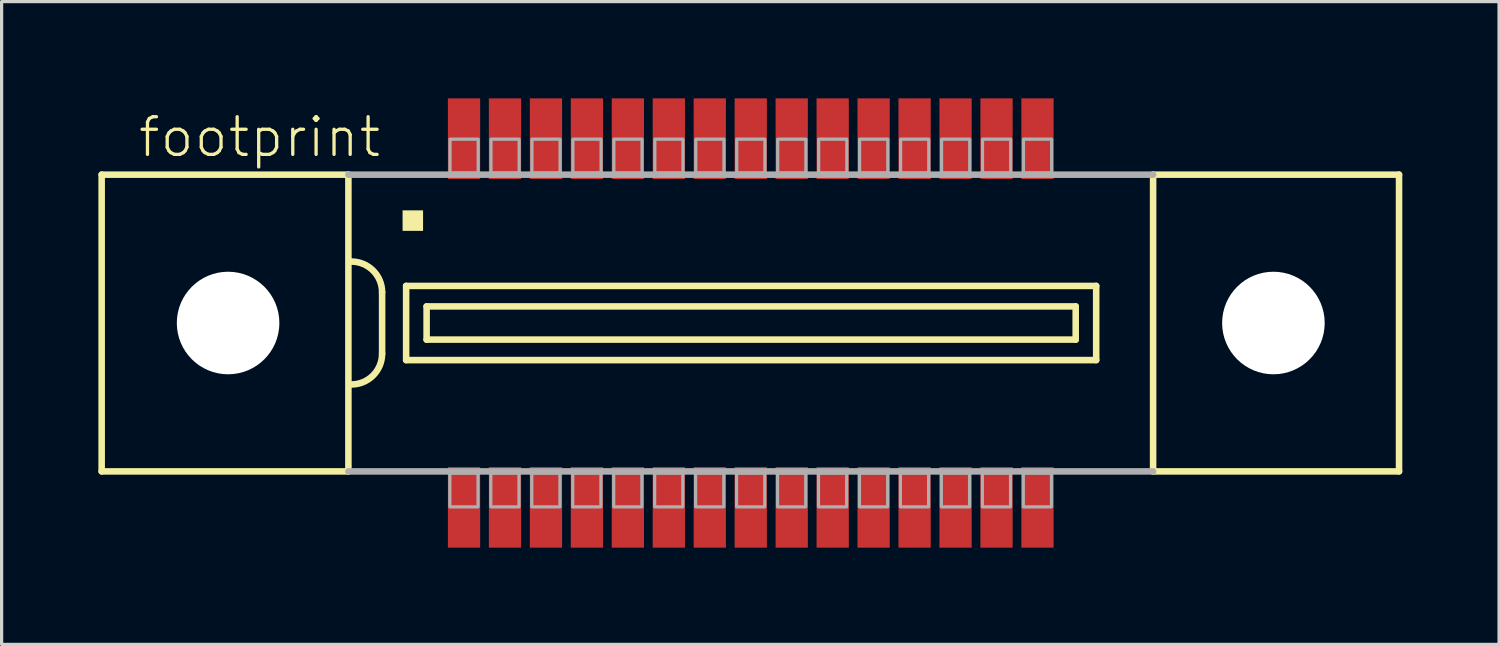
<source format=kicad_pcb>
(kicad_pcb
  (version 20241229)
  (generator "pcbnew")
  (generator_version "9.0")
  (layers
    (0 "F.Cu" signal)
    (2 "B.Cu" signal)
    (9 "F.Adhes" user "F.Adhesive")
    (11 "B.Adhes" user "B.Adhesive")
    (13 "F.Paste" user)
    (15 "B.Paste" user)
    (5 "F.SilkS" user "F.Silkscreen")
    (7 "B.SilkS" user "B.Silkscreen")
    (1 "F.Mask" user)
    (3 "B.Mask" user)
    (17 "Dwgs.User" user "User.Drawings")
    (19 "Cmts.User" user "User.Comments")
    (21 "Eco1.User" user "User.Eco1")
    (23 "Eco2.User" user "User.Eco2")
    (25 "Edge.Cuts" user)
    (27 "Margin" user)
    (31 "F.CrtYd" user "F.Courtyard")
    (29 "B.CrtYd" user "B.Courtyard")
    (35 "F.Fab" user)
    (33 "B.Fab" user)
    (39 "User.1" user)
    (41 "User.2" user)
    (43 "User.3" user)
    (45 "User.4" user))
  (footprint "footprint"
    (layer "F.Cu")
    (at 20.227 6.965)
    (property "Reference" "footprint" (at -19.05 -5.08 0) (layer "F.SilkS") (effects (font (size 1.168 1.168) (thickness 0.102)) (justify left bottom)))
    (fp_line (start -20.125 -4.6) (end -20.125 4.6) (stroke (width 0.203) (type solid)) (layer "F.SilkS"))
    (fp_line (start -20.125 4.6) (end -12.475 4.6) (stroke (width 0.203) (type solid)) (layer "F.SilkS"))
    (fp_line (start -12.475 -4.6) (end -20.125 -4.6) (stroke (width 0.203) (type solid)) (layer "F.SilkS"))
    (fp_line (start -12.475 -4.6) (end -12.475 4.6) (stroke (width 0.203) (type solid)) (layer "F.SilkS"))
    (fp_line (start -11.43 -0.953) (end -11.43 0.953) (stroke (width 0.203) (type solid)) (layer "F.SilkS"))
    (fp_line (start -10.685 -1.15) (end -10.685 1.15) (stroke (width 0.203) (type solid)) (layer "F.SilkS"))
    (fp_line (start -10.685 1.15) (end 10.71 1.15) (stroke (width 0.203) (type solid)) (layer "F.SilkS"))
    (fp_line (start -10.05 -0.515) (end -10.05 0.515) (stroke (width 0.203) (type solid)) (layer "F.SilkS"))
    (fp_line (start -10.05 0.515) (end 10.075 0.515) (stroke (width 0.203) (type solid)) (layer "F.SilkS"))
    (fp_line (start 10.075 -0.515) (end -10.05 -0.515) (stroke (width 0.203) (type solid)) (layer "F.SilkS"))
    (fp_line (start 10.075 0.515) (end 10.075 -0.515) (stroke (width 0.203) (type solid)) (layer "F.SilkS"))
    (fp_line (start 10.71 -1.15) (end -10.685 -1.15) (stroke (width 0.203) (type solid)) (layer "F.SilkS"))
    (fp_line (start 10.71 1.15) (end 10.71 -1.15) (stroke (width 0.203) (type solid)) (layer "F.SilkS"))
    (fp_line (start 12.475 4.6) (end 12.475 -4.6) (stroke (width 0.203) (type solid)) (layer "F.SilkS"))
    (fp_line (start 12.475 4.6) (end 20.1 4.6) (stroke (width 0.203) (type solid)) (layer "F.SilkS"))
    (fp_line (start 20.1 -4.6) (end 12.475 -4.6) (stroke (width 0.203) (type solid)) (layer "F.SilkS"))
    (fp_line (start 20.1 4.6) (end 20.1 -4.6) (stroke (width 0.203) (type solid)) (layer "F.SilkS"))
    (fp_arc (start -12.3825 -1.905) (mid -11.708981 -1.626019) (end -11.43 -0.9525) (stroke (width 0.2032) (type solid)) (layer "F.SilkS"))
    (fp_arc (start -11.43 0.9525) (mid -11.70901 1.625989) (end -12.382499 1.904999) (stroke (width 0.2032) (type solid)) (layer "F.SilkS"))
    (fp_poly (pts (xy -10.795 -2.857) (xy -10.16 -2.857) (xy -10.16 -3.493) (xy -10.795 -3.493)) (stroke (width 0) (type solid)) (fill yes) (layer "F.SilkS"))
    (fp_line (start -12.475 4.6) (end 12.475 4.6) (stroke (width 0.203) (type solid)) (layer "F.Fab"))
    (fp_line (start 12.475 -4.6) (end -12.475 -4.6) (stroke (width 0.203) (type solid)) (layer "F.Fab"))
    (fp_poly (pts (xy -9.325 -4.65) (xy -8.45 -4.65) (xy -8.45 -5.7) (xy -9.325 -5.7)) (stroke (width 0.1) (type solid)) (fill no) (layer "F.Fab"))
    (fp_poly (pts (xy -8.455 4.65) (xy -9.33 4.65) (xy -9.33 5.7) (xy -8.455 5.7)) (stroke (width 0.1) (type solid)) (fill no) (layer "F.Fab"))
    (fp_poly (pts (xy -8.055 -4.65) (xy -7.18 -4.65) (xy -7.18 -5.7) (xy -8.055 -5.7)) (stroke (width 0.1) (type solid)) (fill no) (layer "F.Fab"))
    (fp_poly (pts (xy -7.185 4.65) (xy -8.06 4.65) (xy -8.06 5.7) (xy -7.185 5.7)) (stroke (width 0.1) (type solid)) (fill no) (layer "F.Fab"))
    (fp_poly (pts (xy -6.785 -4.65) (xy -5.91 -4.65) (xy -5.91 -5.7) (xy -6.785 -5.7)) (stroke (width 0.1) (type solid)) (fill no) (layer "F.Fab"))
    (fp_poly (pts (xy -5.915 4.65) (xy -6.79 4.65) (xy -6.79 5.7) (xy -5.915 5.7)) (stroke (width 0.1) (type solid)) (fill no) (layer "F.Fab"))
    (fp_poly (pts (xy -5.515 -4.65) (xy -4.64 -4.65) (xy -4.64 -5.7) (xy -5.515 -5.7)) (stroke (width 0.1) (type solid)) (fill no) (layer "F.Fab"))
    (fp_poly (pts (xy -4.645 4.65) (xy -5.52 4.65) (xy -5.52 5.7) (xy -4.645 5.7)) (stroke (width 0.1) (type solid)) (fill no) (layer "F.Fab"))
    (fp_poly (pts (xy -4.245 -4.65) (xy -3.37 -4.65) (xy -3.37 -5.7) (xy -4.245 -5.7)) (stroke (width 0.1) (type solid)) (fill no) (layer "F.Fab"))
    (fp_poly (pts (xy -3.375 4.65) (xy -4.25 4.65) (xy -4.25 5.7) (xy -3.375 5.7)) (stroke (width 0.1) (type solid)) (fill no) (layer "F.Fab"))
    (fp_poly (pts (xy -2.975 -4.65) (xy -2.1 -4.65) (xy -2.1 -5.7) (xy -2.975 -5.7)) (stroke (width 0.1) (type solid)) (fill no) (layer "F.Fab"))
    (fp_poly (pts (xy -2.105 4.65) (xy -2.98 4.65) (xy -2.98 5.7) (xy -2.105 5.7)) (stroke (width 0.1) (type solid)) (fill no) (layer "F.Fab"))
    (fp_poly (pts (xy -1.705 -4.65) (xy -0.83 -4.65) (xy -0.83 -5.7) (xy -1.705 -5.7)) (stroke (width 0.1) (type solid)) (fill no) (layer "F.Fab"))
    (fp_poly (pts (xy -0.835 4.65) (xy -1.71 4.65) (xy -1.71 5.7) (xy -0.835 5.7)) (stroke (width 0.1) (type solid)) (fill no) (layer "F.Fab"))
    (fp_poly (pts (xy -0.435 -4.65) (xy 0.44 -4.65) (xy 0.44 -5.7) (xy -0.435 -5.7)) (stroke (width 0.1) (type solid)) (fill no) (layer "F.Fab"))
    (fp_poly (pts (xy 0.435 4.65) (xy -0.44 4.65) (xy -0.44 5.7) (xy 0.435 5.7)) (stroke (width 0.1) (type solid)) (fill no) (layer "F.Fab"))
    (fp_poly (pts (xy 0.835 -4.65) (xy 1.71 -4.65) (xy 1.71 -5.7) (xy 0.835 -5.7)) (stroke (width 0.1) (type solid)) (fill no) (layer "F.Fab"))
    (fp_poly (pts (xy 1.705 4.65) (xy 0.83 4.65) (xy 0.83 5.7) (xy 1.705 5.7)) (stroke (width 0.1) (type solid)) (fill no) (layer "F.Fab"))
    (fp_poly (pts (xy 2.105 -4.65) (xy 2.98 -4.65) (xy 2.98 -5.7) (xy 2.105 -5.7)) (stroke (width 0.1) (type solid)) (fill no) (layer "F.Fab"))
    (fp_poly (pts (xy 2.975 4.65) (xy 2.1 4.65) (xy 2.1 5.7) (xy 2.975 5.7)) (stroke (width 0.1) (type solid)) (fill no) (layer "F.Fab"))
    (fp_poly (pts (xy 3.375 -4.65) (xy 4.25 -4.65) (xy 4.25 -5.7) (xy 3.375 -5.7)) (stroke (width 0.1) (type solid)) (fill no) (layer "F.Fab"))
    (fp_poly (pts (xy 4.245 4.65) (xy 3.37 4.65) (xy 3.37 5.7) (xy 4.245 5.7)) (stroke (width 0.1) (type solid)) (fill no) (layer "F.Fab"))
    (fp_poly (pts (xy 4.645 -4.65) (xy 5.52 -4.65) (xy 5.52 -5.7) (xy 4.645 -5.7)) (stroke (width 0.1) (type solid)) (fill no) (layer "F.Fab"))
    (fp_poly (pts (xy 5.515 4.65) (xy 4.64 4.65) (xy 4.64 5.7) (xy 5.515 5.7)) (stroke (width 0.1) (type solid)) (fill no) (layer "F.Fab"))
    (fp_poly (pts (xy 5.915 -4.65) (xy 6.79 -4.65) (xy 6.79 -5.7) (xy 5.915 -5.7)) (stroke (width 0.1) (type solid)) (fill no) (layer "F.Fab"))
    (fp_poly (pts (xy 6.785 4.65) (xy 5.91 4.65) (xy 5.91 5.7) (xy 6.785 5.7)) (stroke (width 0.1) (type solid)) (fill no) (layer "F.Fab"))
    (fp_poly (pts (xy 7.185 -4.65) (xy 8.06 -4.65) (xy 8.06 -5.7) (xy 7.185 -5.7)) (stroke (width 0.1) (type solid)) (fill no) (layer "F.Fab"))
    (fp_poly (pts (xy 8.055 4.65) (xy 7.18 4.65) (xy 7.18 5.7) (xy 8.055 5.7)) (stroke (width 0.1) (type solid)) (fill no) (layer "F.Fab"))
    (fp_poly (pts (xy 8.455 -4.65) (xy 9.33 -4.65) (xy 9.33 -5.7) (xy 8.455 -5.7)) (stroke (width 0.1) (type solid)) (fill no) (layer "F.Fab"))
    (fp_poly (pts (xy 9.325 4.65) (xy 8.45 4.65) (xy 8.45 5.7) (xy 9.325 5.7)) (stroke (width 0.1) (type solid)) (fill no) (layer "F.Fab"))
    (pad "" np_thru_hole circle (at -16.205 0) (size 3.18 3.18) (drill 3.18) (layers "*.Cu" "*.Mask"))
    (pad "" np_thru_hole circle (at 16.205 0) (size 3.18 3.18) (drill 3.18) (layers "*.Cu" "*.Mask"))
    (pad "1" smd rect (at -8.89 -5.715) (size 1 2.5) (layers "F.Cu" "F.Mask" "F.Paste"))
    (pad "2" smd rect (at -7.62 -5.715) (size 1 2.5) (layers "F.Cu" "F.Mask" "F.Paste"))
    (pad "3" smd rect (at -6.35 -5.715) (size 1 2.5) (layers "F.Cu" "F.Mask" "F.Paste"))
    (pad "4" smd rect (at -5.08 -5.715) (size 1 2.5) (layers "F.Cu" "F.Mask" "F.Paste"))
    (pad "5" smd rect (at -3.81 -5.715) (size 1 2.5) (layers "F.Cu" "F.Mask" "F.Paste"))
    (pad "6" smd rect (at -2.54 -5.715) (size 1 2.5) (layers "F.Cu" "F.Mask" "F.Paste"))
    (pad "7" smd rect (at -1.27 -5.715) (size 1 2.5) (layers "F.Cu" "F.Mask" "F.Paste"))
    (pad "8" smd rect (at 0 -5.715) (size 1 2.5) (layers "F.Cu" "F.Mask" "F.Paste"))
    (pad "9" smd rect (at 1.27 -5.715) (size 1 2.5) (layers "F.Cu" "F.Mask" "F.Paste"))
    (pad "10" smd rect (at 2.54 -5.715) (size 1 2.5) (layers "F.Cu" "F.Mask" "F.Paste"))
    (pad "11" smd rect (at 3.81 -5.715 180) (size 1 2.5) (layers "F.Cu" "F.Mask" "F.Paste"))
    (pad "12" smd rect (at 5.08 -5.715 180) (size 1 2.5) (layers "F.Cu" "F.Mask" "F.Paste"))
    (pad "13" smd rect (at 6.35 -5.715 180) (size 1 2.5) (layers "F.Cu" "F.Mask" "F.Paste"))
    (pad "14" smd rect (at 7.62 -5.715 180) (size 1 2.5) (layers "F.Cu" "F.Mask" "F.Paste"))
    (pad "15" smd rect (at 8.89 -5.715 180) (size 1 2.5) (layers "F.Cu" "F.Mask" "F.Paste"))
    (pad "16" smd rect (at -8.89 5.715) (size 1 2.5) (layers "F.Cu" "F.Mask" "F.Paste"))
    (pad "17" smd rect (at -7.62 5.715) (size 1 2.5) (layers "F.Cu" "F.Mask" "F.Paste"))
    (pad "18" smd rect (at -6.35 5.715) (size 1 2.5) (layers "F.Cu" "F.Mask" "F.Paste"))
    (pad "19" smd rect (at -5.08 5.715) (size 1 2.5) (layers "F.Cu" "F.Mask" "F.Paste"))
    (pad "20" smd rect (at -3.81 5.715) (size 1 2.5) (layers "F.Cu" "F.Mask" "F.Paste"))
    (pad "21" smd rect (at -2.54 5.715) (size 1 2.5) (layers "F.Cu" "F.Mask" "F.Paste"))
    (pad "22" smd rect (at -1.27 5.715) (size 1 2.5) (layers "F.Cu" "F.Mask" "F.Paste"))
    (pad "23" smd rect (at 0 5.715) (size 1 2.5) (layers "F.Cu" "F.Mask" "F.Paste"))
    (pad "24" smd rect (at 1.27 5.715) (size 1 2.5) (layers "F.Cu" "F.Mask" "F.Paste"))
    (pad "25" smd rect (at 2.54 5.715) (size 1 2.5) (layers "F.Cu" "F.Mask" "F.Paste"))
    (pad "26" smd rect (at 3.81 5.715) (size 1 2.5) (layers "F.Cu" "F.Mask" "F.Paste"))
    (pad "27" smd rect (at 5.08 5.715) (size 1 2.5) (layers "F.Cu" "F.Mask" "F.Paste"))
    (pad "28" smd rect (at 6.35 5.715) (size 1 2.5) (layers "F.Cu" "F.Mask" "F.Paste"))
    (pad "29" smd rect (at 7.62 5.715) (size 1 2.5) (layers "F.Cu" "F.Mask" "F.Paste"))
    (pad "30" smd rect (at 8.89 5.715) (size 1 2.5) (layers "F.Cu" "F.Mask" "F.Paste")))
  (gr_rect
    (start -3 -3)
    (end 43.428 16.93)
    (stroke (width 0.1) (type default))
    (fill no)
    (layer "Edge.Cuts")))
</source>
